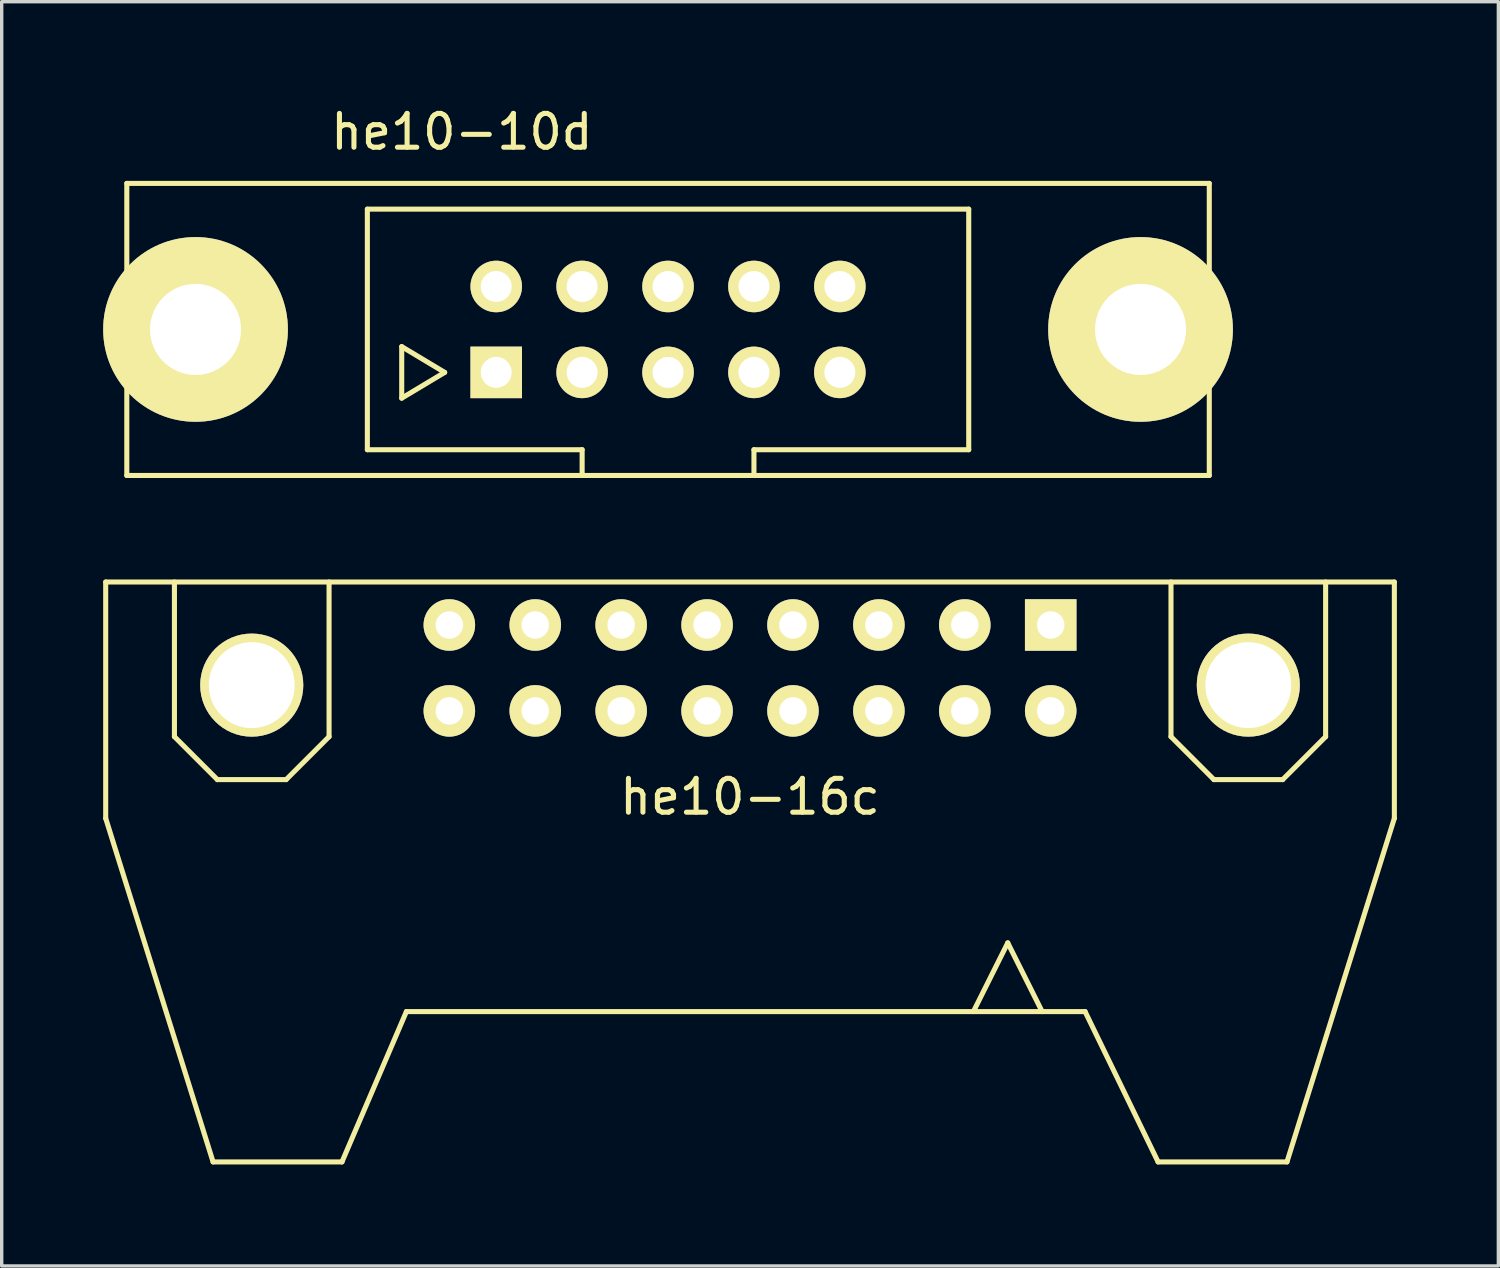
<source format=kicad_pcb>
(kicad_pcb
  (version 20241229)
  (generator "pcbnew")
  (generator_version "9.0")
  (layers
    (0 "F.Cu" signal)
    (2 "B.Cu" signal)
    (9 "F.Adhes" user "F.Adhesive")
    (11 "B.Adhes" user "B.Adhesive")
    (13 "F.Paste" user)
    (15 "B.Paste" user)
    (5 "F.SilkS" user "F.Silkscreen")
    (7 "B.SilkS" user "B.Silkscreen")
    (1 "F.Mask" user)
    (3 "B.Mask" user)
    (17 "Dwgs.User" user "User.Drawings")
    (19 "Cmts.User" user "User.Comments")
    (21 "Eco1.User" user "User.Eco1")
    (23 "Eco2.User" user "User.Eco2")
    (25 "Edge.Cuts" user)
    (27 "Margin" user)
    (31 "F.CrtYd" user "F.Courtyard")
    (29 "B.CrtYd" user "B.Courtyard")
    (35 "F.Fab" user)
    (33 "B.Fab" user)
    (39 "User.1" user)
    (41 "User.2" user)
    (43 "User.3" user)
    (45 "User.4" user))
  (footprint "he10-16c"
    (layer "F.Cu")
    (at 19.125 16.698)
    (property "Reference" "he10-16c" (at 0 3.81 0) (layer "F.SilkS") (effects (font (size 1 1) (thickness 0.15))))
    (attr through_hole)
    (fp_line (start -19.05 -2.54) (end -19.05 4.445) (stroke (width 0.15) (type solid)) (layer "F.SilkS"))
    (fp_line (start -19.05 -2.54) (end 19.05 -2.54) (stroke (width 0.15) (type solid)) (layer "F.SilkS"))
    (fp_line (start -19.05 4.445) (end -15.875 14.605) (stroke (width 0.15) (type solid)) (layer "F.SilkS"))
    (fp_line (start -17.018 2.032) (end -17.018 -2.54) (stroke (width 0.15) (type solid)) (layer "F.SilkS"))
    (fp_line (start -15.875 14.605) (end -12.065 14.605) (stroke (width 0.15) (type solid)) (layer "F.SilkS"))
    (fp_line (start -15.748 3.302) (end -17.018 2.032) (stroke (width 0.15) (type solid)) (layer "F.SilkS"))
    (fp_line (start -13.716 3.302) (end -15.748 3.302) (stroke (width 0.15) (type solid)) (layer "F.SilkS"))
    (fp_line (start -12.446 -2.54) (end -12.446 2.032) (stroke (width 0.15) (type solid)) (layer "F.SilkS"))
    (fp_line (start -12.446 2.032) (end -13.716 3.302) (stroke (width 0.15) (type solid)) (layer "F.SilkS"))
    (fp_line (start -12.065 14.605) (end -10.16 10.16) (stroke (width 0.15) (type solid)) (layer "F.SilkS"))
    (fp_line (start -10.16 10.16) (end 9.906 10.16) (stroke (width 0.15) (type solid)) (layer "F.SilkS"))
    (fp_line (start 7.62 8.128) (end 6.604 10.16) (stroke (width 0.15) (type solid)) (layer "F.SilkS"))
    (fp_line (start 8.636 10.16) (end 7.62 8.128) (stroke (width 0.15) (type solid)) (layer "F.SilkS"))
    (fp_line (start 12.065 14.605) (end 9.906 10.16) (stroke (width 0.15) (type solid)) (layer "F.SilkS"))
    (fp_line (start 12.446 2.032) (end 12.446 -2.54) (stroke (width 0.15) (type solid)) (layer "F.SilkS"))
    (fp_line (start 13.716 3.302) (end 12.446 2.032) (stroke (width 0.15) (type solid)) (layer "F.SilkS"))
    (fp_line (start 15.748 3.302) (end 13.716 3.302) (stroke (width 0.15) (type solid)) (layer "F.SilkS"))
    (fp_line (start 15.875 14.605) (end 12.065 14.605) (stroke (width 0.15) (type solid)) (layer "F.SilkS"))
    (fp_line (start 17.018 -2.54) (end 17.018 2.032) (stroke (width 0.15) (type solid)) (layer "F.SilkS"))
    (fp_line (start 17.018 2.032) (end 15.748 3.302) (stroke (width 0.15) (type solid)) (layer "F.SilkS"))
    (fp_line (start 19.05 -2.54) (end 19.05 4.445) (stroke (width 0.15) (type solid)) (layer "F.SilkS"))
    (fp_line (start 19.05 4.445) (end 15.875 14.605) (stroke (width 0.15) (type solid)) (layer "F.SilkS"))
    (pad "0" thru_hole circle (at -14.732 0.508) (size 3.048 3.048) (drill 2.54) (layers "*.Cu" "*.Mask" "F.SilkS"))
    (pad "0" thru_hole circle (at 14.732 0.508) (size 3.048 3.048) (drill 2.54) (layers "*.Cu" "*.Mask" "F.SilkS"))
    (pad "1" thru_hole rect (at 8.89 -1.27) (size 1.524 1.524) (drill 0.813) (layers "*.Cu" "*.Mask" "F.SilkS"))
    (pad "2" thru_hole circle (at 8.89 1.27) (size 1.524 1.524) (drill 0.813) (layers "*.Cu" "*.Mask" "F.SilkS"))
    (pad "3" thru_hole circle (at 6.35 -1.27) (size 1.524 1.524) (drill 0.813) (layers "*.Cu" "*.Mask" "F.SilkS"))
    (pad "4" thru_hole circle (at 6.35 1.27) (size 1.524 1.524) (drill 0.813) (layers "*.Cu" "*.Mask" "F.SilkS"))
    (pad "5" thru_hole circle (at 3.81 -1.27) (size 1.524 1.524) (drill 0.813) (layers "*.Cu" "*.Mask" "F.SilkS"))
    (pad "6" thru_hole circle (at 3.81 1.27) (size 1.524 1.524) (drill 0.813) (layers "*.Cu" "*.Mask" "F.SilkS"))
    (pad "7" thru_hole circle (at 1.27 -1.27) (size 1.524 1.524) (drill 0.813) (layers "*.Cu" "*.Mask" "F.SilkS"))
    (pad "8" thru_hole circle (at 1.27 1.27) (size 1.524 1.524) (drill 0.813) (layers "*.Cu" "*.Mask" "F.SilkS"))
    (pad "9" thru_hole circle (at -1.27 -1.27) (size 1.524 1.524) (drill 0.813) (layers "*.Cu" "*.Mask" "F.SilkS"))
    (pad "10" thru_hole circle (at -1.27 1.27) (size 1.524 1.524) (drill 0.813) (layers "*.Cu" "*.Mask" "F.SilkS"))
    (pad "11" thru_hole circle (at -3.81 -1.27) (size 1.524 1.524) (drill 0.813) (layers "*.Cu" "*.Mask" "F.SilkS"))
    (pad "12" thru_hole circle (at -3.81 1.27) (size 1.524 1.524) (drill 0.813) (layers "*.Cu" "*.Mask" "F.SilkS"))
    (pad "13" thru_hole circle (at -6.35 -1.27) (size 1.524 1.524) (drill 0.813) (layers "*.Cu" "*.Mask" "F.SilkS"))
    (pad "14" thru_hole circle (at -6.35 1.27) (size 1.524 1.524) (drill 0.813) (layers "*.Cu" "*.Mask" "F.SilkS"))
    (pad "15" thru_hole circle (at -8.89 -1.27) (size 1.524 1.524) (drill 0.813) (layers "*.Cu" "*.Mask" "F.SilkS"))
    (pad "16" thru_hole circle (at -8.89 1.27) (size 1.524 1.524) (drill 0.813) (layers "*.Cu" "*.Mask" "F.SilkS")))
  (footprint "he10-10d"
    (layer "F.Cu")
    (at 16.701 6.69)
    (property "Reference" "he10-10d" (at -6.096 -5.842 0) (layer "F.SilkS") (effects (font (size 1 1) (thickness 0.15))))
    (attr through_hole)
    (fp_line (start -16.002 -4.318) (end 16.002 -4.318) (stroke (width 0.15) (type solid)) (layer "F.SilkS"))
    (fp_line (start -16.002 4.318) (end -16.002 -4.318) (stroke (width 0.15) (type solid)) (layer "F.SilkS"))
    (fp_line (start -8.89 -3.556) (end 8.89 -3.556) (stroke (width 0.15) (type solid)) (layer "F.SilkS"))
    (fp_line (start -8.89 3.556) (end -8.89 -3.556) (stroke (width 0.15) (type solid)) (layer "F.SilkS"))
    (fp_line (start -7.874 0.508) (end -7.874 2.032) (stroke (width 0.15) (type solid)) (layer "F.SilkS"))
    (fp_line (start -7.874 2.032) (end -6.604 1.27) (stroke (width 0.15) (type solid)) (layer "F.SilkS"))
    (fp_line (start -6.604 1.27) (end -7.874 0.508) (stroke (width 0.15) (type solid)) (layer "F.SilkS"))
    (fp_line (start -2.54 3.556) (end -8.89 3.556) (stroke (width 0.15) (type solid)) (layer "F.SilkS"))
    (fp_line (start -2.54 4.318) (end -2.54 3.556) (stroke (width 0.15) (type solid)) (layer "F.SilkS"))
    (fp_line (start 2.54 3.556) (end 2.54 4.318) (stroke (width 0.15) (type solid)) (layer "F.SilkS"))
    (fp_line (start 8.89 3.556) (end 2.54 3.556) (stroke (width 0.15) (type solid)) (layer "F.SilkS"))
    (fp_line (start 8.89 3.556) (end 8.89 -3.556) (stroke (width 0.15) (type solid)) (layer "F.SilkS"))
    (fp_line (start 16.002 -4.318) (end 16.002 4.318) (stroke (width 0.15) (type solid)) (layer "F.SilkS"))
    (fp_line (start 16.002 4.318) (end -16.002 4.318) (stroke (width 0.15) (type solid)) (layer "F.SilkS"))
    (pad "" thru_hole circle (at -13.97 0) (size 5.461 5.461) (drill 2.692) (layers "*.Cu" "*.Mask" "F.SilkS"))
    (pad "" thru_hole circle (at 13.97 0) (size 5.461 5.461) (drill 2.692) (layers "*.Cu" "*.Mask" "F.SilkS"))
    (pad "1" thru_hole rect (at -5.08 1.27) (size 1.524 1.524) (drill 0.914) (layers "*.Cu" "*.Mask" "F.SilkS"))
    (pad "2" thru_hole circle (at -5.08 -1.27) (size 1.524 1.524) (drill 0.914) (layers "*.Cu" "*.Mask" "F.SilkS"))
    (pad "3" thru_hole circle (at -2.54 1.27) (size 1.524 1.524) (drill 0.914) (layers "*.Cu" "*.Mask" "F.SilkS"))
    (pad "4" thru_hole circle (at -2.54 -1.27) (size 1.524 1.524) (drill 0.914) (layers "*.Cu" "*.Mask" "F.SilkS"))
    (pad "5" thru_hole circle (at 0 1.27) (size 1.524 1.524) (drill 0.914) (layers "*.Cu" "*.Mask" "F.SilkS"))
    (pad "6" thru_hole circle (at 0 -1.27) (size 1.524 1.524) (drill 0.914) (layers "*.Cu" "*.Mask" "F.SilkS"))
    (pad "7" thru_hole circle (at 2.54 1.27) (size 1.524 1.524) (drill 0.914) (layers "*.Cu" "*.Mask" "F.SilkS"))
    (pad "8" thru_hole circle (at 2.54 -1.27) (size 1.524 1.524) (drill 0.914) (layers "*.Cu" "*.Mask" "F.SilkS"))
    (pad "9" thru_hole circle (at 5.08 1.27) (size 1.524 1.524) (drill 0.914) (layers "*.Cu" "*.Mask" "F.SilkS"))
    (pad "10" thru_hole circle (at 5.08 -1.27) (size 1.524 1.524) (drill 0.914) (layers "*.Cu" "*.Mask" "F.SilkS")))
  (gr_rect
    (start -3 -3)
    (end 41.25 34.378)
    (stroke (width 0.1) (type default))
    (fill no)
    (layer "Edge.Cuts")))
</source>
